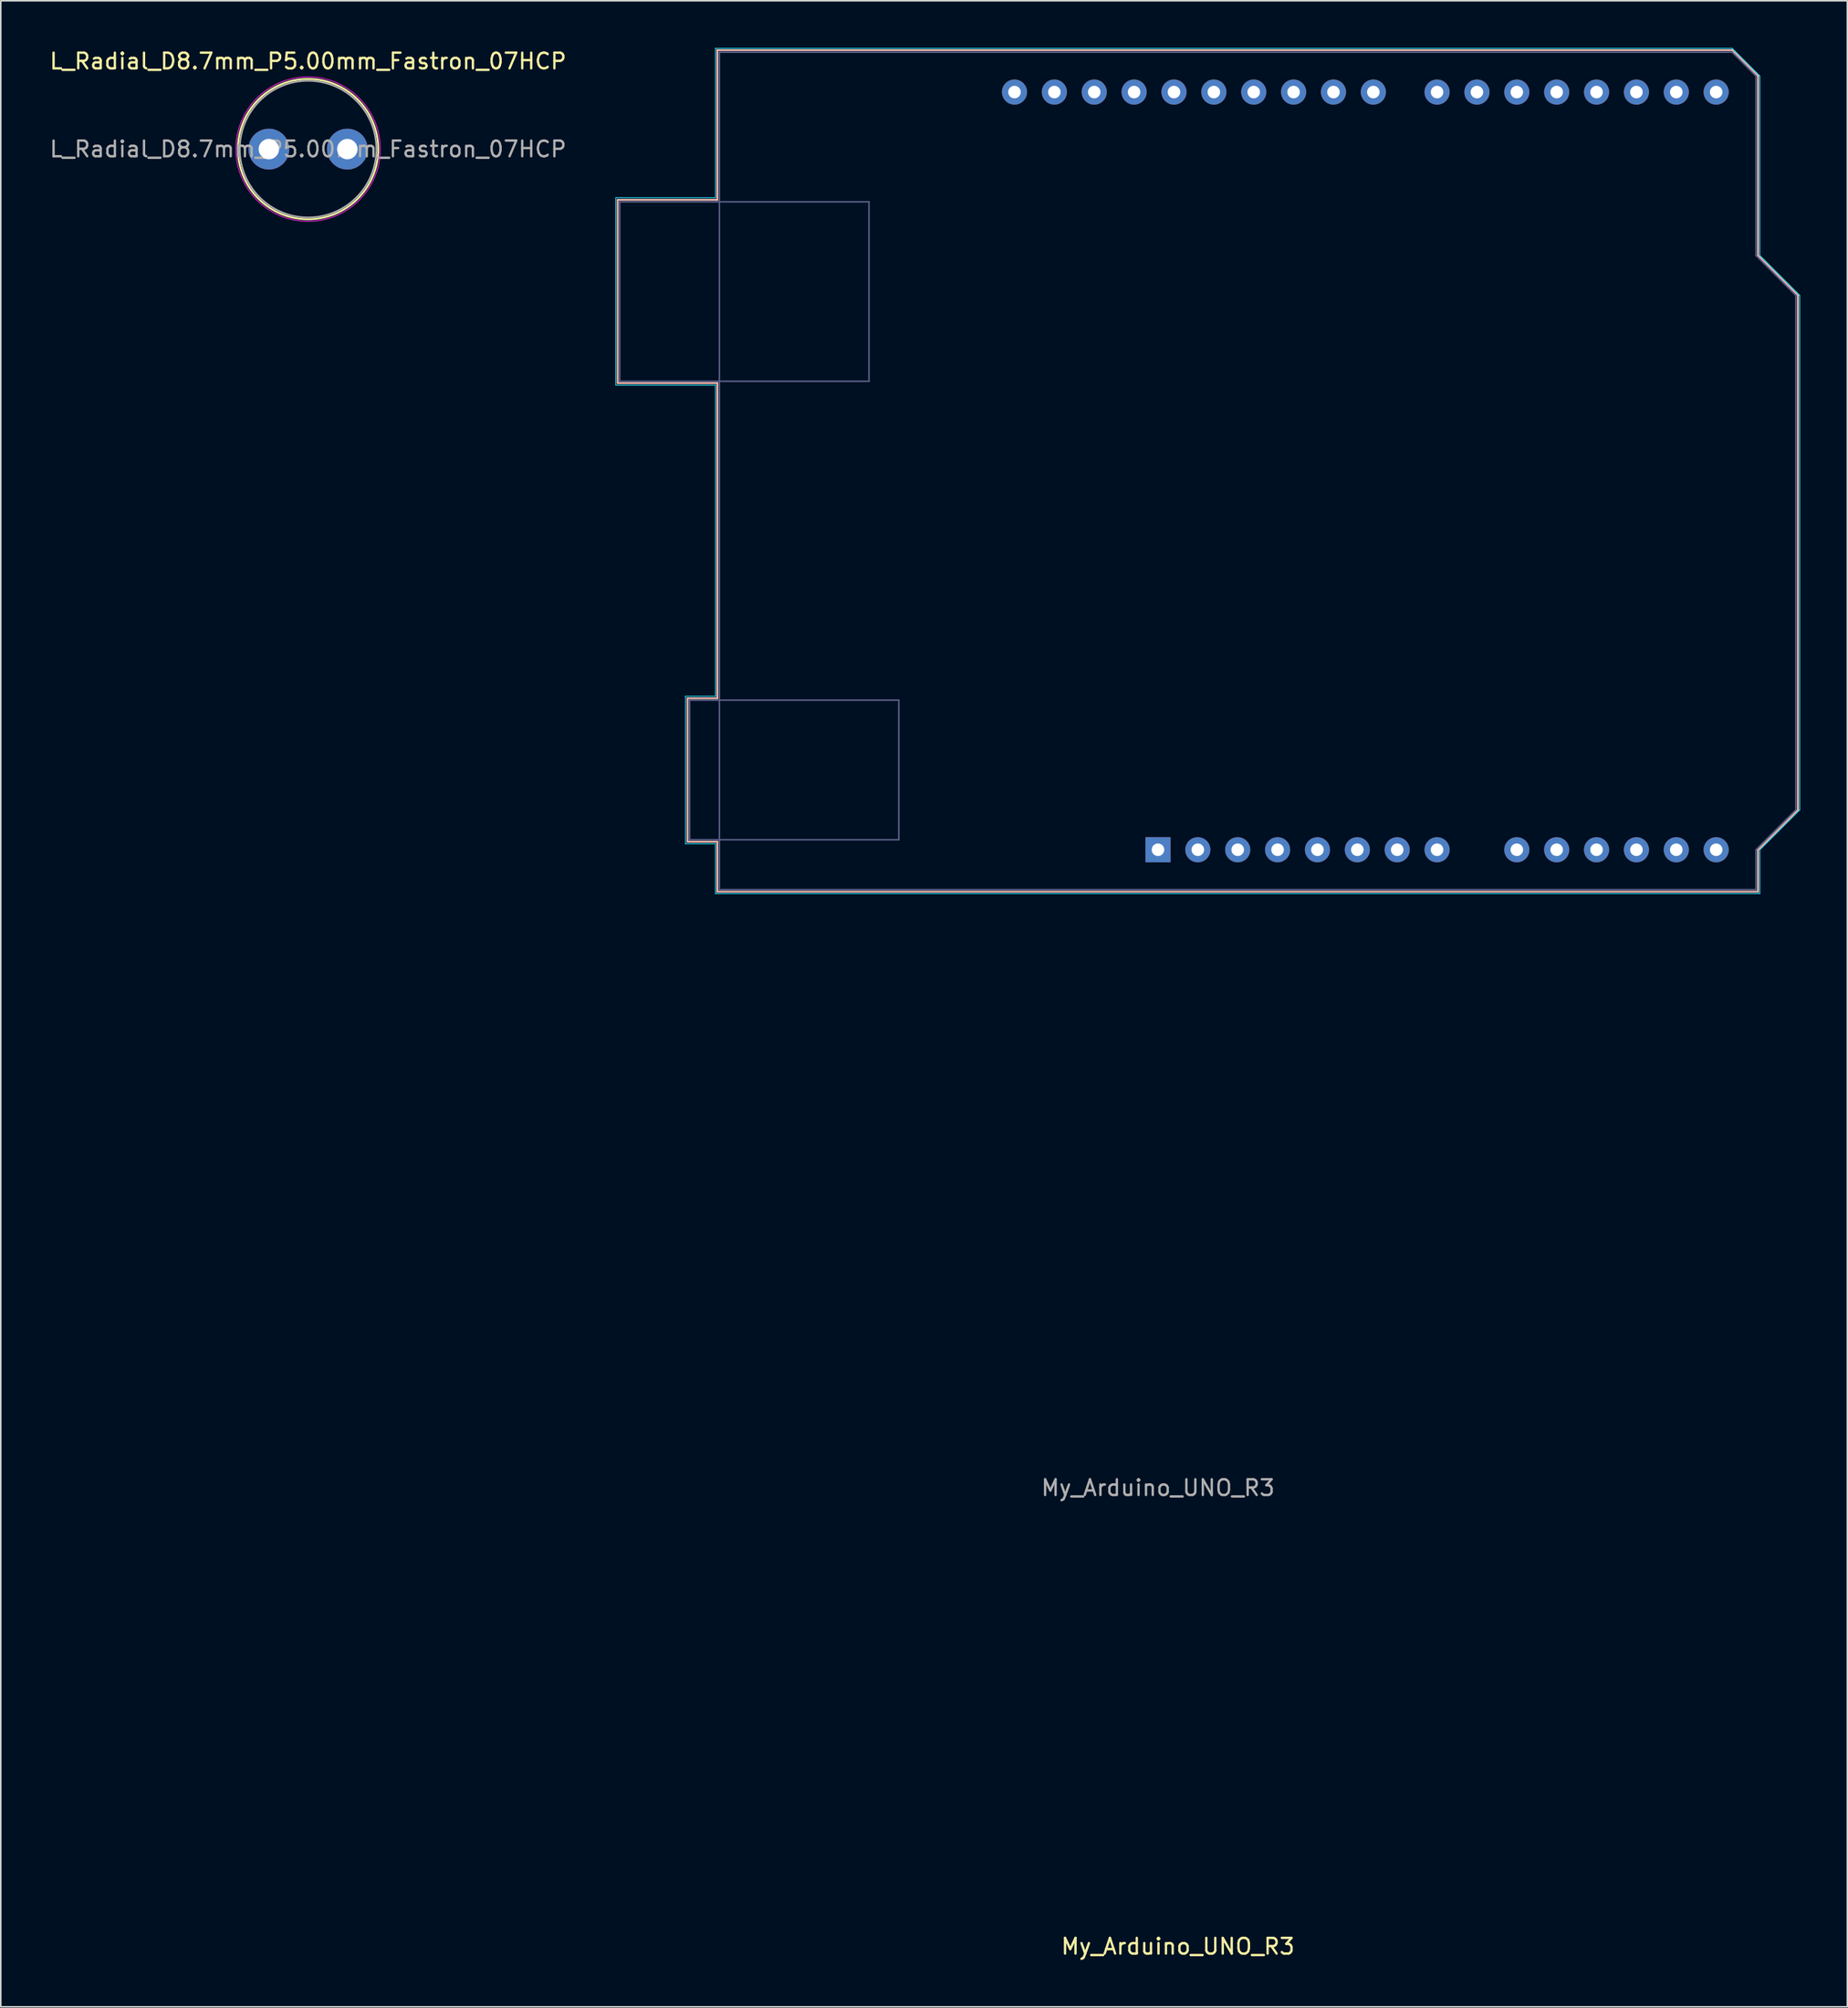
<source format=kicad_pcb>
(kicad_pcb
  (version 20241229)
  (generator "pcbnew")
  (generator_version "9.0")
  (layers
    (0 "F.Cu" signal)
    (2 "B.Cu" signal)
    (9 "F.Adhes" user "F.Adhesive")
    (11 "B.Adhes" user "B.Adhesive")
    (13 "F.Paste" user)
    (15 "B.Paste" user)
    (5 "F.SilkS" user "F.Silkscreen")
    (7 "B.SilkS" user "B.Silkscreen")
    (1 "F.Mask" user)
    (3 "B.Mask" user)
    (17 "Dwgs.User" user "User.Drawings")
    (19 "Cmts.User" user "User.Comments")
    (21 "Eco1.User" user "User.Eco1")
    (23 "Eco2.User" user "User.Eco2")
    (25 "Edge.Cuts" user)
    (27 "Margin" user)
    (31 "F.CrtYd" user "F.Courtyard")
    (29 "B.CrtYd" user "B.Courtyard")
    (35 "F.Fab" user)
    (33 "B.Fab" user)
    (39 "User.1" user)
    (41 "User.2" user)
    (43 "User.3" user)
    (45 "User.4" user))
  (footprint "L_Radial_D8.7mm_P5.00mm_Fastron_07HCP"
    (layer "F.Cu")
    (at 14.077 6.448)
    (property "Reference" "L_Radial_D8.7mm_P5.00mm_Fastron_07HCP" (at 2.5 -5.6 0) (layer "F.SilkS") (effects (font (size 1 1) (thickness 0.15))))
    (attr through_hole)
    (fp_circle (center 2.5 0) (end 6.97 0) (stroke (width 0.12) (type solid)) (fill no) (layer "F.SilkS"))
    (fp_circle (center 2.5 0) (end 7.1 0) (stroke (width 0.05) (type solid)) (fill no) (layer "F.CrtYd"))
    (fp_circle (center 2.5 0) (end 6.85 0) (stroke (width 0.1) (type solid)) (fill no) (layer "F.Fab"))
    (fp_text user "${REFERENCE}" (at 2.5 0 0) (layer "F.Fab") (effects (font (size 1 1) (thickness 0.15))))
    (pad "1" thru_hole circle (at 0 0) (size 2.6 2.6) (drill 1.3) (layers "*.Cu" "*.Mask"))
    (pad "2" thru_hole circle (at 5 0) (size 2.6 2.6) (drill 1.3) (layers "*.Cu" "*.Mask")))
  (footprint "My_Arduino_UNO_R3"
    (layer "F.Cu")
    (at 70.72 51.075)
    (property "Reference" "My_Arduino_UNO_R3" (at 1.27 69.85 180) (layer "F.SilkS") (effects (font (size 1 1) (thickness 0.15))))
    (attr through_hole)
    (fp_line (start -34.42 -41.4) (end -28.07 -41.4) (stroke (width 0.12) (type solid)) (layer "B.SilkS"))
    (fp_line (start -34.42 -29.72) (end -34.42 -41.4) (stroke (width 0.12) (type solid)) (layer "B.SilkS"))
    (fp_line (start -29.97 -9.65) (end -28.07 -9.65) (stroke (width 0.12) (type solid)) (layer "B.SilkS"))
    (fp_line (start -29.97 -0.51) (end -29.97 -9.65) (stroke (width 0.12) (type solid)) (layer "B.SilkS"))
    (fp_line (start -28.07 -50.93) (end 36.58 -50.93) (stroke (width 0.12) (type solid)) (layer "B.SilkS"))
    (fp_line (start -28.07 -41.4) (end -28.07 -50.93) (stroke (width 0.12) (type solid)) (layer "B.SilkS"))
    (fp_line (start -28.07 -29.72) (end -34.42 -29.72) (stroke (width 0.12) (type solid)) (layer "B.SilkS"))
    (fp_line (start -28.07 -9.65) (end -28.07 -29.72) (stroke (width 0.12) (type solid)) (layer "B.SilkS"))
    (fp_line (start -28.07 -0.51) (end -29.97 -0.51) (stroke (width 0.12) (type solid)) (layer "B.SilkS"))
    (fp_line (start -28.07 2.67) (end -28.07 -0.51) (stroke (width 0.12) (type solid)) (layer "B.SilkS"))
    (fp_line (start 36.58 -50.93) (end 38.23 -49.28) (stroke (width 0.12) (type solid)) (layer "B.SilkS"))
    (fp_line (start 38.23 -49.28) (end 38.23 -37.85) (stroke (width 0.12) (type solid)) (layer "B.SilkS"))
    (fp_line (start 38.23 -37.85) (end 40.77 -35.31) (stroke (width 0.12) (type solid)) (layer "B.SilkS"))
    (fp_line (start 38.23 0) (end 38.23 2.67) (stroke (width 0.12) (type solid)) (layer "B.SilkS"))
    (fp_line (start 38.23 2.67) (end -28.07 2.67) (stroke (width 0.12) (type solid)) (layer "B.SilkS"))
    (fp_line (start 40.77 -35.31) (end 40.77 -2.54) (stroke (width 0.12) (type solid)) (layer "B.SilkS"))
    (fp_line (start 40.77 -2.54) (end 38.23 0) (stroke (width 0.12) (type solid)) (layer "B.SilkS"))
    (fp_line (start -34.54 -41.53) (end -34.54 -29.59) (stroke (width 0.05) (type solid)) (layer "B.CrtYd"))
    (fp_line (start -34.54 -29.59) (end -28.19 -29.59) (stroke (width 0.05) (type solid)) (layer "B.CrtYd"))
    (fp_line (start -30.1 -9.78) (end -30.1 -0.38) (stroke (width 0.05) (type solid)) (layer "B.CrtYd"))
    (fp_line (start -30.1 -0.38) (end -28.19 -0.38) (stroke (width 0.05) (type solid)) (layer "B.CrtYd"))
    (fp_line (start -28.19 -51.05) (end -28.19 -41.53) (stroke (width 0.05) (type solid)) (layer "B.CrtYd"))
    (fp_line (start -28.19 -41.53) (end -34.54 -41.53) (stroke (width 0.05) (type solid)) (layer "B.CrtYd"))
    (fp_line (start -28.19 -29.59) (end -28.19 -9.78) (stroke (width 0.05) (type solid)) (layer "B.CrtYd"))
    (fp_line (start -28.19 -9.78) (end -30.1 -9.78) (stroke (width 0.05) (type solid)) (layer "B.CrtYd"))
    (fp_line (start -28.19 -0.38) (end -28.19 2.79) (stroke (width 0.05) (type solid)) (layer "B.CrtYd"))
    (fp_line (start -28.19 2.79) (end 38.35 2.79) (stroke (width 0.05) (type solid)) (layer "B.CrtYd"))
    (fp_line (start 36.58 -51.05) (end -28.19 -51.05) (stroke (width 0.05) (type solid)) (layer "B.CrtYd"))
    (fp_line (start 38.35 -49.28) (end 36.58 -51.05) (stroke (width 0.05) (type solid)) (layer "B.CrtYd"))
    (fp_line (start 38.35 -37.85) (end 38.35 -49.28) (stroke (width 0.05) (type solid)) (layer "B.CrtYd"))
    (fp_line (start 38.35 0) (end 40.89 -2.54) (stroke (width 0.05) (type solid)) (layer "B.CrtYd"))
    (fp_line (start 38.35 2.79) (end 38.35 0) (stroke (width 0.05) (type solid)) (layer "B.CrtYd"))
    (fp_line (start 40.89 -35.31) (end 38.35 -37.85) (stroke (width 0.05) (type solid)) (layer "B.CrtYd"))
    (fp_line (start 40.89 -2.54) (end 40.89 -35.31) (stroke (width 0.05) (type solid)) (layer "B.CrtYd"))
    (fp_line (start -34.29 -41.27) (end -34.29 -29.84) (stroke (width 0.1) (type solid)) (layer "B.Fab"))
    (fp_line (start -34.29 -29.84) (end -18.41 -29.84) (stroke (width 0.1) (type solid)) (layer "B.Fab"))
    (fp_line (start -29.84 -9.53) (end -29.84 -0.64) (stroke (width 0.1) (type solid)) (layer "B.Fab"))
    (fp_line (start -29.84 -0.64) (end -16.51 -0.64) (stroke (width 0.1) (type solid)) (layer "B.Fab"))
    (fp_line (start -27.94 -50.8) (end -27.94 2.54) (stroke (width 0.1) (type solid)) (layer "B.Fab"))
    (fp_line (start -27.94 2.54) (end 38.1 2.54) (stroke (width 0.1) (type solid)) (layer "B.Fab"))
    (fp_line (start -18.41 -41.27) (end -34.29 -41.27) (stroke (width 0.1) (type solid)) (layer "B.Fab"))
    (fp_line (start -18.41 -29.84) (end -18.41 -41.27) (stroke (width 0.1) (type solid)) (layer "B.Fab"))
    (fp_line (start -16.51 -9.53) (end -29.84 -9.53) (stroke (width 0.1) (type solid)) (layer "B.Fab"))
    (fp_line (start -16.51 -0.64) (end -16.51 -9.53) (stroke (width 0.1) (type solid)) (layer "B.Fab"))
    (fp_line (start 36.58 -50.8) (end -27.94 -50.8) (stroke (width 0.1) (type solid)) (layer "B.Fab"))
    (fp_line (start 38.1 -49.28) (end 36.58 -50.8) (stroke (width 0.1) (type solid)) (layer "B.Fab"))
    (fp_line (start 38.1 -37.85) (end 38.1 -49.28) (stroke (width 0.1) (type solid)) (layer "B.Fab"))
    (fp_line (start 38.1 0) (end 40.64 -2.54) (stroke (width 0.1) (type solid)) (layer "B.Fab"))
    (fp_line (start 38.1 2.54) (end 38.1 0) (stroke (width 0.1) (type solid)) (layer "B.Fab"))
    (fp_line (start 40.64 -35.31) (end 38.1 -37.85) (stroke (width 0.1) (type solid)) (layer "B.Fab"))
    (fp_line (start 40.64 -2.54) (end 40.64 -35.31) (stroke (width 0.1) (type solid)) (layer "B.Fab"))
    (fp_text user "${REFERENCE}" (at 0 40.64 180) (layer "F.Fab") (effects (font (size 1 1) (thickness 0.15))))
    (pad "1" thru_hole rect (at 0 0 270) (size 1.6 1.6) (drill 0.8) (layers "*.Cu" "*.Mask"))
    (pad "2" thru_hole oval (at 2.54 0 270) (size 1.6 1.6) (drill 0.8) (layers "*.Cu" "*.Mask"))
    (pad "3" thru_hole oval (at 5.08 0 270) (size 1.6 1.6) (drill 0.8) (layers "*.Cu" "*.Mask"))
    (pad "4" thru_hole oval (at 7.62 0 270) (size 1.6 1.6) (drill 0.8) (layers "*.Cu" "*.Mask"))
    (pad "5" thru_hole oval (at 10.16 0 270) (size 1.6 1.6) (drill 0.8) (layers "*.Cu" "*.Mask"))
    (pad "6" thru_hole oval (at 12.7 0 270) (size 1.6 1.6) (drill 0.8) (layers "*.Cu" "*.Mask"))
    (pad "7" thru_hole oval (at 15.24 0 270) (size 1.6 1.6) (drill 0.8) (layers "*.Cu" "*.Mask"))
    (pad "8" thru_hole oval (at 17.78 0 270) (size 1.6 1.6) (drill 0.8) (layers "*.Cu" "*.Mask"))
    (pad "9" thru_hole oval (at 22.86 0 270) (size 1.6 1.6) (drill 0.8) (layers "*.Cu" "*.Mask"))
    (pad "10" thru_hole oval (at 25.4 0 270) (size 1.6 1.6) (drill 0.8) (layers "*.Cu" "*.Mask"))
    (pad "11" thru_hole oval (at 27.94 0 270) (size 1.6 1.6) (drill 0.8) (layers "*.Cu" "*.Mask"))
    (pad "12" thru_hole oval (at 30.48 0 270) (size 1.6 1.6) (drill 0.8) (layers "*.Cu" "*.Mask"))
    (pad "13" thru_hole oval (at 33.02 0 270) (size 1.6 1.6) (drill 0.8) (layers "*.Cu" "*.Mask"))
    (pad "14" thru_hole oval (at 35.56 0 270) (size 1.6 1.6) (drill 0.8) (layers "*.Cu" "*.Mask"))
    (pad "15" thru_hole oval (at 35.56 -48.26 270) (size 1.6 1.6) (drill 0.8) (layers "*.Cu" "*.Mask"))
    (pad "16" thru_hole oval (at 33.02 -48.26 270) (size 1.6 1.6) (drill 0.8) (layers "*.Cu" "*.Mask"))
    (pad "17" thru_hole oval (at 30.48 -48.26 270) (size 1.6 1.6) (drill 0.8) (layers "*.Cu" "*.Mask"))
    (pad "18" thru_hole oval (at 27.94 -48.26 270) (size 1.6 1.6) (drill 0.8) (layers "*.Cu" "*.Mask"))
    (pad "19" thru_hole oval (at 25.4 -48.26 270) (size 1.6 1.6) (drill 0.8) (layers "*.Cu" "*.Mask"))
    (pad "20" thru_hole oval (at 22.86 -48.26 270) (size 1.6 1.6) (drill 0.8) (layers "*.Cu" "*.Mask"))
    (pad "21" thru_hole oval (at 20.32 -48.26 270) (size 1.6 1.6) (drill 0.8) (layers "*.Cu" "*.Mask"))
    (pad "22" thru_hole oval (at 17.78 -48.26 270) (size 1.6 1.6) (drill 0.8) (layers "*.Cu" "*.Mask"))
    (pad "23" thru_hole oval (at 13.72 -48.26 270) (size 1.6 1.6) (drill 0.8) (layers "*.Cu" "*.Mask"))
    (pad "24" thru_hole oval (at 11.18 -48.26 270) (size 1.6 1.6) (drill 0.8) (layers "*.Cu" "*.Mask"))
    (pad "25" thru_hole oval (at 8.64 -48.26 270) (size 1.6 1.6) (drill 0.8) (layers "*.Cu" "*.Mask"))
    (pad "26" thru_hole oval (at 6.1 -48.26 270) (size 1.6 1.6) (drill 0.8) (layers "*.Cu" "*.Mask"))
    (pad "27" thru_hole oval (at 3.56 -48.26 270) (size 1.6 1.6) (drill 0.8) (layers "*.Cu" "*.Mask"))
    (pad "28" thru_hole oval (at 1.02 -48.26 270) (size 1.6 1.6) (drill 0.8) (layers "*.Cu" "*.Mask"))
    (pad "29" thru_hole oval (at -1.52 -48.26 270) (size 1.6 1.6) (drill 0.8) (layers "*.Cu" "*.Mask"))
    (pad "30" thru_hole oval (at -4.06 -48.26 270) (size 1.6 1.6) (drill 0.8) (layers "*.Cu" "*.Mask"))
    (pad "31" thru_hole oval (at -6.6 -48.26 270) (size 1.6 1.6) (drill 0.8) (layers "*.Cu" "*.Mask"))
    (pad "32" thru_hole oval (at -9.14 -48.26 270) (size 1.6 1.6) (drill 0.8) (layers "*.Cu" "*.Mask")))
  (gr_rect
    (start -3 -3)
    (end 114.635 124.773)
    (stroke (width 0.1) (type default))
    (fill no)
    (layer "Edge.Cuts")))
</source>
